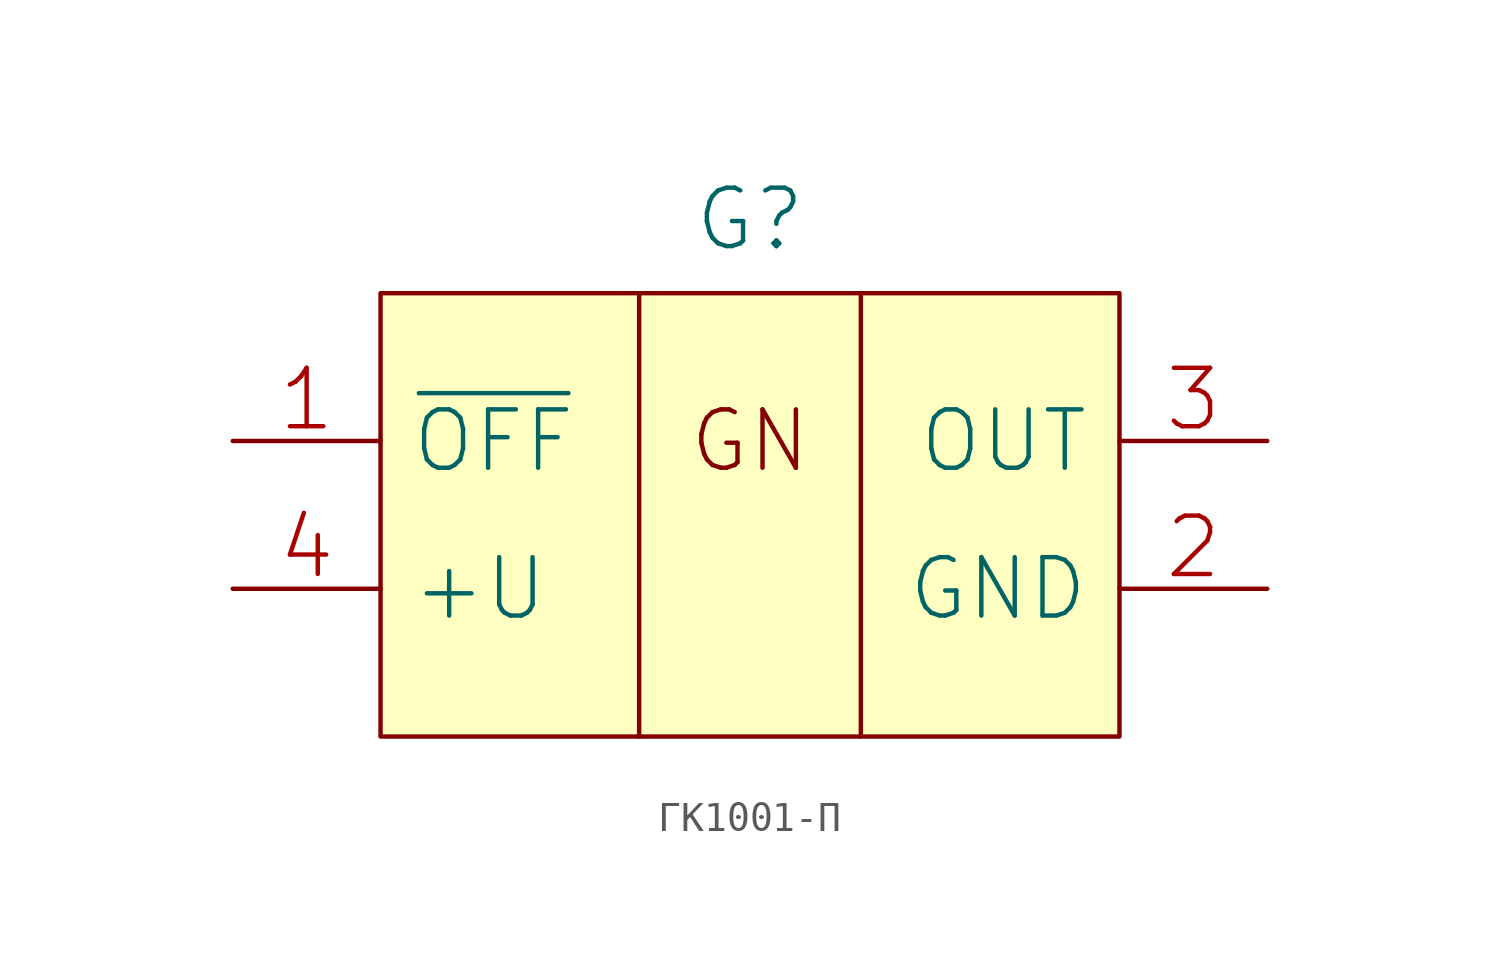
<source format=kicad_sym>
(kicad_symbol_lib
  (version 20231120)
  (generator "kicad_symbol_editor")
  (generator_version "8.0")
  (symbol "ГК1001-П"
    (pin_names
      (offset 1.016))
    (property "Reference" "G"
      (at 0 10.16 0)
      (effects (font (size 2.007 2.007))))
    (symbol "ГК1001-П_0_0"
      (rectangle (start -12.7 7.62) (end 12.7 -7.62) (stroke (width 0) (type solid)) (fill (type background)))
      (text "GN" (at 0 2.54 0) (effects (font (size 2.007 2.007)))))
    (symbol "ГК1001-П_0_1"
      (polyline (pts (xy -3.81 7.62) (xy -3.81 -7.62)) (stroke (width 0) (type solid)) (fill (type none)))
      (polyline (pts (xy 3.81 7.62) (xy 3.81 -7.62)) (stroke (width 0) (type solid)) (fill (type none))))
    (symbol "ГК1001-П_1_1"
      (pin input line (at -17.78 2.54 0) (length 5.08) (name "~{OFF}" (effects (font (size 2.007 2.007)))) (number "1" (effects (font (size 2.007 2.007)))))
      (pin passive line (at 17.78 -2.54 180) (length 5.08) (name "GND" (effects (font (size 2.007 2.007)))) (number "2" (effects (font (size 2.007 2.007)))))
      (pin output line (at 17.78 2.54 180) (length 5.08) (name "OUT" (effects (font (size 2.007 2.007)))) (number "3" (effects (font (size 2.007 2.007)))))
      (pin power_in line (at -17.78 -2.54 0) (length 5.08) (name "+U" (effects (font (size 2.007 2.007)))) (number "4" (effects (font (size 2.007 2.007))))))))
</source>
